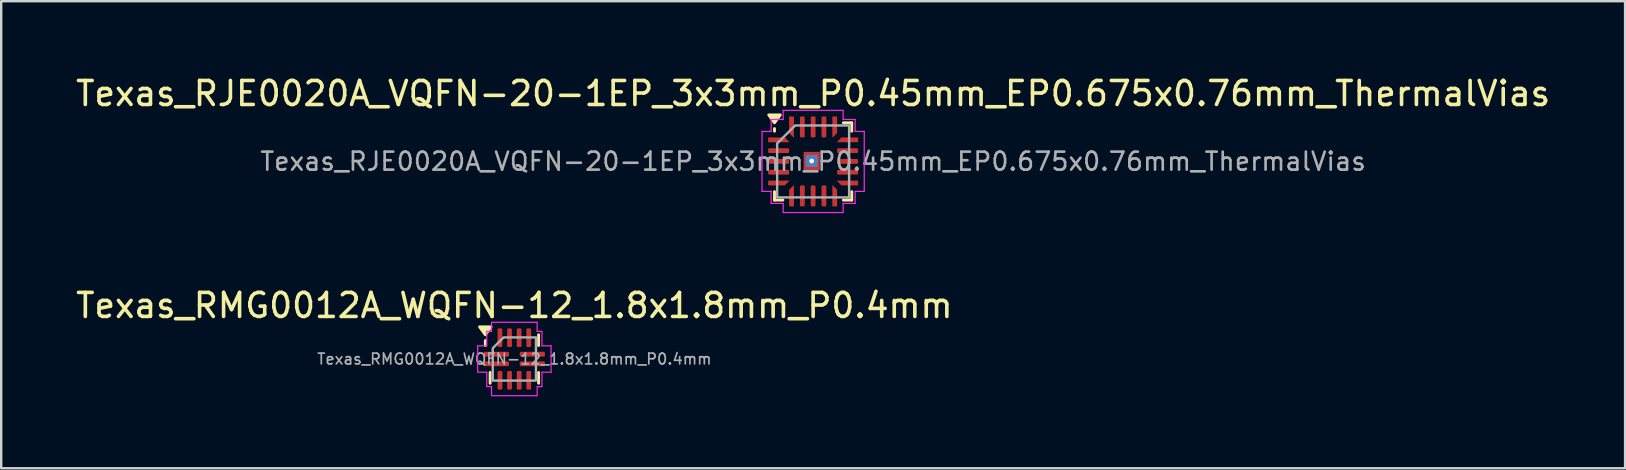
<source format=kicad_pcb>
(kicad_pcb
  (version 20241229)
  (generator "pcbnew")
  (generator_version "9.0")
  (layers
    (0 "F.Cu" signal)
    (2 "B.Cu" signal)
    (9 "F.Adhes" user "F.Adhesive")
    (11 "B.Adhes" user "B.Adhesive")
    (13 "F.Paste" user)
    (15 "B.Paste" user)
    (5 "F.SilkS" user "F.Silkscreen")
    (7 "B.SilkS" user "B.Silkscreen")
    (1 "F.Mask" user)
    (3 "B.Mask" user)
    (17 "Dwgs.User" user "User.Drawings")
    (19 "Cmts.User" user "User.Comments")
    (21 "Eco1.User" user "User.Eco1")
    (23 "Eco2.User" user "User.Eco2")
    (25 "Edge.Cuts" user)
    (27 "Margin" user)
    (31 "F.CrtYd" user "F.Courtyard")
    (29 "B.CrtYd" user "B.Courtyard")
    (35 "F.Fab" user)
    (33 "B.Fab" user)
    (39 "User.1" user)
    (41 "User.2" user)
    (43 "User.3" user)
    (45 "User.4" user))
  (footprint "Texas_RMG0012A_WQFN-12_1.8x1.8mm_P0.4mm"
    (layer "F.Cu")
    (at 18.387 11.912)
    (property "Reference" "Texas_RMG0012A_WQFN-12_1.8x1.8mm_P0.4mm" (at 0 -2.23 0) (layer "F.SilkS") (effects (font (size 1 1) (thickness 0.15))))
    (attr smd)
    (fp_line (start -1.21 -0.56) (end -1.21 -0.77) (stroke (width 0.12) (type solid)) (layer "F.SilkS"))
    (fp_line (start -1.01 1.01) (end -1.01 0.56) (stroke (width 0.12) (type solid)) (layer "F.SilkS"))
    (fp_line (start 1.01 -1.01) (end 1.01 -0.56) (stroke (width 0.12) (type solid)) (layer "F.SilkS"))
    (fp_line (start 1.01 1.01) (end 1.01 0.56) (stroke (width 0.12) (type solid)) (layer "F.SilkS"))
    (fp_poly (pts (xy -1.21 -1.01) (xy -1.45 -1.34) (xy -0.97 -1.34)) (stroke (width 0.12) (type solid)) (fill yes) (layer "F.SilkS"))
    (fp_line (start -1.53 -0.55) (end -1.15 -0.55) (stroke (width 0.05) (type solid)) (layer "F.CrtYd"))
    (fp_line (start -1.53 0.55) (end -1.53 -0.55) (stroke (width 0.05) (type solid)) (layer "F.CrtYd"))
    (fp_line (start -1.15 -1.15) (end -0.95 -1.15) (stroke (width 0.05) (type solid)) (layer "F.CrtYd"))
    (fp_line (start -1.15 -0.55) (end -1.15 -1.15) (stroke (width 0.05) (type solid)) (layer "F.CrtYd"))
    (fp_line (start -1.15 0.55) (end -1.53 0.55) (stroke (width 0.05) (type solid)) (layer "F.CrtYd"))
    (fp_line (start -1.15 1.15) (end -1.15 0.55) (stroke (width 0.05) (type solid)) (layer "F.CrtYd"))
    (fp_line (start -0.95 -1.53) (end 0.95 -1.53) (stroke (width 0.05) (type solid)) (layer "F.CrtYd"))
    (fp_line (start -0.95 -1.15) (end -0.95 -1.53) (stroke (width 0.05) (type solid)) (layer "F.CrtYd"))
    (fp_line (start -0.95 1.15) (end -1.15 1.15) (stroke (width 0.05) (type solid)) (layer "F.CrtYd"))
    (fp_line (start -0.95 1.53) (end -0.95 1.15) (stroke (width 0.05) (type solid)) (layer "F.CrtYd"))
    (fp_line (start 0.95 -1.53) (end 0.95 -1.15) (stroke (width 0.05) (type solid)) (layer "F.CrtYd"))
    (fp_line (start 0.95 -1.15) (end 1.15 -1.15) (stroke (width 0.05) (type solid)) (layer "F.CrtYd"))
    (fp_line (start 0.95 1.15) (end 0.95 1.53) (stroke (width 0.05) (type solid)) (layer "F.CrtYd"))
    (fp_line (start 0.95 1.53) (end -0.95 1.53) (stroke (width 0.05) (type solid)) (layer "F.CrtYd"))
    (fp_line (start 1.15 -1.15) (end 1.15 -0.55) (stroke (width 0.05) (type solid)) (layer "F.CrtYd"))
    (fp_line (start 1.15 -0.55) (end 1.53 -0.55) (stroke (width 0.05) (type solid)) (layer "F.CrtYd"))
    (fp_line (start 1.15 0.55) (end 1.15 1.15) (stroke (width 0.05) (type solid)) (layer "F.CrtYd"))
    (fp_line (start 1.15 1.15) (end 0.95 1.15) (stroke (width 0.05) (type solid)) (layer "F.CrtYd"))
    (fp_line (start 1.53 -0.55) (end 1.53 0.55) (stroke (width 0.05) (type solid)) (layer "F.CrtYd"))
    (fp_line (start 1.53 0.55) (end 1.15 0.55) (stroke (width 0.05) (type solid)) (layer "F.CrtYd"))
    (fp_poly (pts (xy -0.9 -0.45) (xy -0.9 0.9) (xy 0.9 0.9) (xy 0.9 -0.9) (xy -0.45 -0.9)) (stroke (width 0.1) (type solid)) (fill no) (layer "F.Fab"))
    (fp_text user "${REFERENCE}" (at 0 0 0) (layer "F.Fab") (effects (font (size 0.45 0.45) (thickness 0.07))))
    (pad "1" smd roundrect (at -0.75 -0.2) (size 1.05 0.2) (layers "F.Cu" "F.Mask" "F.Paste") (roundrect_rratio 0.25))
    (pad "2" smd roundrect (at -0.75 0.2) (size 1.05 0.2) (layers "F.Cu" "F.Mask" "F.Paste") (roundrect_rratio 0.25))
    (pad "3" smd roundrect (at -0.6 0.887) (size 0.2 0.775) (layers "F.Cu" "F.Mask" "F.Paste") (roundrect_rratio 0.25))
    (pad "4" smd roundrect (at -0.2 0.887) (size 0.2 0.775) (layers "F.Cu" "F.Mask" "F.Paste") (roundrect_rratio 0.25))
    (pad "5" smd roundrect (at 0.2 0.887) (size 0.2 0.775) (layers "F.Cu" "F.Mask" "F.Paste") (roundrect_rratio 0.25))
    (pad "6" smd roundrect (at 0.6 0.887) (size 0.2 0.775) (layers "F.Cu" "F.Mask" "F.Paste") (roundrect_rratio 0.25))
    (pad "7" smd roundrect (at 0.75 0.2) (size 1.05 0.2) (layers "F.Cu" "F.Mask" "F.Paste") (roundrect_rratio 0.25))
    (pad "8" smd roundrect (at 0.75 -0.2) (size 1.05 0.2) (layers "F.Cu" "F.Mask" "F.Paste") (roundrect_rratio 0.25))
    (pad "9" smd roundrect (at 0.6 -0.887) (size 0.2 0.775) (layers "F.Cu" "F.Mask" "F.Paste") (roundrect_rratio 0.25))
    (pad "10" smd roundrect (at 0.2 -0.887) (size 0.2 0.775) (layers "F.Cu" "F.Mask" "F.Paste") (roundrect_rratio 0.25))
    (pad "11" smd roundrect (at -0.2 -0.887) (size 0.2 0.775) (layers "F.Cu" "F.Mask" "F.Paste") (roundrect_rratio 0.25))
    (pad "12" smd roundrect (at -0.6 -0.887) (size 0.2 0.775) (layers "F.Cu" "F.Mask" "F.Paste") (roundrect_rratio 0.25)))
  (footprint "Texas_RJE0020A_VQFN-20-1EP_3x3mm_P0.45mm_EP0.675x0.76mm_ThermalVias"
    (layer "F.Cu")
    (at 30.839 3.678)
    (property "Reference" "Texas_RJE0020A_VQFN-20-1EP_3x3mm_P0.45mm_EP0.675x0.76mm_ThermalVias" (at 0 -2.83 0) (layer "F.SilkS") (effects (font (size 1 1) (thickness 0.15))))
    (attr smd)
    (fp_line (start -1.61 -1.26) (end -1.61 -1.37) (stroke (width 0.12) (type solid)) (layer "F.SilkS"))
    (fp_line (start -1.61 1.61) (end -1.61 1.26) (stroke (width 0.12) (type solid)) (layer "F.SilkS"))
    (fp_line (start -1.26 1.61) (end -1.61 1.61) (stroke (width 0.12) (type solid)) (layer "F.SilkS"))
    (fp_line (start 1.26 -1.61) (end 1.61 -1.61) (stroke (width 0.12) (type solid)) (layer "F.SilkS"))
    (fp_line (start 1.26 1.61) (end 1.61 1.61) (stroke (width 0.12) (type solid)) (layer "F.SilkS"))
    (fp_line (start 1.61 -1.61) (end 1.61 -1.26) (stroke (width 0.12) (type solid)) (layer "F.SilkS"))
    (fp_line (start 1.61 1.61) (end 1.61 1.26) (stroke (width 0.12) (type solid)) (layer "F.SilkS"))
    (fp_poly (pts (xy -1.61 -1.61) (xy -1.85 -1.94) (xy -1.37 -1.94)) (stroke (width 0.12) (type solid)) (fill yes) (layer "F.SilkS"))
    (fp_line (start -2.13 -1.25) (end -1.75 -1.25) (stroke (width 0.05) (type solid)) (layer "F.CrtYd"))
    (fp_line (start -2.13 1.25) (end -2.13 -1.25) (stroke (width 0.05) (type solid)) (layer "F.CrtYd"))
    (fp_line (start -1.75 -1.75) (end -1.25 -1.75) (stroke (width 0.05) (type solid)) (layer "F.CrtYd"))
    (fp_line (start -1.75 -1.25) (end -1.75 -1.75) (stroke (width 0.05) (type solid)) (layer "F.CrtYd"))
    (fp_line (start -1.75 1.25) (end -2.13 1.25) (stroke (width 0.05) (type solid)) (layer "F.CrtYd"))
    (fp_line (start -1.75 1.75) (end -1.75 1.25) (stroke (width 0.05) (type solid)) (layer "F.CrtYd"))
    (fp_line (start -1.25 -2.13) (end 1.25 -2.13) (stroke (width 0.05) (type solid)) (layer "F.CrtYd"))
    (fp_line (start -1.25 -1.75) (end -1.25 -2.13) (stroke (width 0.05) (type solid)) (layer "F.CrtYd"))
    (fp_line (start -1.25 1.75) (end -1.75 1.75) (stroke (width 0.05) (type solid)) (layer "F.CrtYd"))
    (fp_line (start -1.25 2.13) (end -1.25 1.75) (stroke (width 0.05) (type solid)) (layer "F.CrtYd"))
    (fp_line (start 1.25 -2.13) (end 1.25 -1.75) (stroke (width 0.05) (type solid)) (layer "F.CrtYd"))
    (fp_line (start 1.25 -1.75) (end 1.75 -1.75) (stroke (width 0.05) (type solid)) (layer "F.CrtYd"))
    (fp_line (start 1.25 1.75) (end 1.25 2.13) (stroke (width 0.05) (type solid)) (layer "F.CrtYd"))
    (fp_line (start 1.25 2.13) (end -1.25 2.13) (stroke (width 0.05) (type solid)) (layer "F.CrtYd"))
    (fp_line (start 1.75 -1.75) (end 1.75 -1.25) (stroke (width 0.05) (type solid)) (layer "F.CrtYd"))
    (fp_line (start 1.75 -1.25) (end 2.13 -1.25) (stroke (width 0.05) (type solid)) (layer "F.CrtYd"))
    (fp_line (start 1.75 1.25) (end 1.75 1.75) (stroke (width 0.05) (type solid)) (layer "F.CrtYd"))
    (fp_line (start 1.75 1.75) (end 1.25 1.75) (stroke (width 0.05) (type solid)) (layer "F.CrtYd"))
    (fp_line (start 2.13 -1.25) (end 2.13 1.25) (stroke (width 0.05) (type solid)) (layer "F.CrtYd"))
    (fp_line (start 2.13 1.25) (end 1.75 1.25) (stroke (width 0.05) (type solid)) (layer "F.CrtYd"))
    (fp_poly (pts (xy -1.5 -0.75) (xy -1.5 1.5) (xy 1.5 1.5) (xy 1.5 -1.5) (xy -0.75 -1.5)) (stroke (width 0.1) (type solid)) (fill no) (layer "F.Fab"))
    (fp_text user "${REFERENCE}" (at 0 0 0) (layer "F.Fab") (effects (font (size 0.75 0.75) (thickness 0.11))))
    (pad "" smd roundrect (at -0.06 -0.018) (size 0.64 0.72) (layers "F.Paste") (roundrect_rratio 0.25))
    (pad "1" smd custom (at -1.438 -0.9) (size 0.073 0.073) (layers "F.Cu" "F.Mask" "F.Paste") (options (anchor circle)) (primitives (gr_poly (pts (xy -0.427 -0.09) (xy 0.253 -0.09) (xy 0.427 0.084) (xy 0.427 0.09) (xy -0.427 0.09)) (width 0.02) (fill yes))))
    (pad "2" smd roundrect (at -1.438 -0.45) (size 0.875 0.2) (layers "F.Cu" "F.Mask" "F.Paste") (roundrect_rratio 0.25))
    (pad "3" smd roundrect (at -1.438 0) (size 0.875 0.2) (layers "F.Cu" "F.Mask" "F.Paste") (roundrect_rratio 0.25))
    (pad "4" smd roundrect (at -1.438 0.45) (size 0.875 0.2) (layers "F.Cu" "F.Mask" "F.Paste") (roundrect_rratio 0.25))
    (pad "5" smd custom (at -1.438 0.9) (size 0.073 0.073) (layers "F.Cu" "F.Mask" "F.Paste") (options (anchor circle)) (primitives (gr_poly (pts (xy -0.427 -0.09) (xy 0.427 -0.09) (xy 0.427 -0.084) (xy 0.253 0.09) (xy -0.427 0.09)) (width 0.02) (fill yes))))
    (pad "6" smd custom (at -0.9 1.438) (size 0.073 0.073) (layers "F.Cu" "F.Mask" "F.Paste") (options (anchor circle)) (primitives (gr_poly (pts (xy -0.09 -0.253) (xy 0.084 -0.427) (xy 0.09 -0.427) (xy 0.09 0.427) (xy -0.09 0.427)) (width 0.02) (fill yes))))
    (pad "7" smd roundrect (at -0.45 1.438) (size 0.2 0.875) (layers "F.Cu" "F.Mask" "F.Paste") (roundrect_rratio 0.25))
    (pad "8" smd roundrect (at 0 1.438) (size 0.2 0.875) (layers "F.Cu" "F.Mask" "F.Paste") (roundrect_rratio 0.25))
    (pad "9" smd roundrect (at 0.45 1.438) (size 0.2 0.875) (layers "F.Cu" "F.Mask" "F.Paste") (roundrect_rratio 0.25))
    (pad "10" smd custom (at 0.9 1.438) (size 0.073 0.073) (layers "F.Cu" "F.Mask" "F.Paste") (options (anchor circle)) (primitives (gr_poly (pts (xy -0.09 -0.427) (xy -0.084 -0.427) (xy 0.09 -0.253) (xy 0.09 0.427) (xy -0.09 0.427)) (width 0.02) (fill yes))))
    (pad "11" smd custom (at 1.438 0.9) (size 0.073 0.073) (layers "F.Cu" "F.Mask" "F.Paste") (options (anchor circle)) (primitives (gr_poly (pts (xy -0.427 -0.09) (xy 0.427 -0.09) (xy 0.427 0.09) (xy -0.253 0.09) (xy -0.427 -0.084)) (width 0.02) (fill yes))))
    (pad "12" smd roundrect (at 1.438 0.45) (size 0.875 0.2) (layers "F.Cu" "F.Mask" "F.Paste") (roundrect_rratio 0.25))
    (pad "13" smd roundrect (at 1.438 0) (size 0.875 0.2) (layers "F.Cu" "F.Mask" "F.Paste") (roundrect_rratio 0.25))
    (pad "14" smd roundrect (at 1.438 -0.45) (size 0.875 0.2) (layers "F.Cu" "F.Mask" "F.Paste") (roundrect_rratio 0.25))
    (pad "15" smd custom (at 1.438 -0.9) (size 0.073 0.073) (layers "F.Cu" "F.Mask" "F.Paste") (options (anchor circle)) (primitives (gr_poly (pts (xy -0.427 0.084) (xy -0.253 -0.09) (xy 0.427 -0.09) (xy 0.427 0.09) (xy -0.427 0.09)) (width 0.02) (fill yes))))
    (pad "16" smd custom (at 0.9 -1.438) (size 0.073 0.073) (layers "F.Cu" "F.Mask" "F.Paste") (options (anchor circle)) (primitives (gr_poly (pts (xy -0.09 -0.427) (xy 0.09 -0.427) (xy 0.09 0.253) (xy -0.084 0.427) (xy -0.09 0.427)) (width 0.02) (fill yes))))
    (pad "17" smd roundrect (at 0.45 -1.438) (size 0.2 0.875) (layers "F.Cu" "F.Mask" "F.Paste") (roundrect_rratio 0.25))
    (pad "18" smd roundrect (at 0 -1.438) (size 0.2 0.875) (layers "F.Cu" "F.Mask" "F.Paste") (roundrect_rratio 0.25))
    (pad "19" smd roundrect (at -0.45 -1.438) (size 0.2 0.875) (layers "F.Cu" "F.Mask" "F.Paste") (roundrect_rratio 0.25))
    (pad "20" smd custom (at -0.9 -1.438) (size 0.073 0.073) (layers "F.Cu" "F.Mask" "F.Paste") (options (anchor circle)) (primitives (gr_poly (pts (xy -0.09 -0.427) (xy 0.09 -0.427) (xy 0.09 0.427) (xy 0.084 0.427) (xy -0.09 0.253)) (width 0.02) (fill yes))))
    (pad "21" thru_hole circle (at -0.06 -0.018) (size 0.5 0.5) (drill 0.2) (property pad_prop_heatsink) (layers "*.Cu"))
    (pad "21" smd rect (at -0.06 -0.018) (size 0.5 0.5) (property pad_prop_heatsink) (layers "B.Cu"))
    (pad "21" smd rect (at -0.06 -0.018) (size 0.675 0.76) (property pad_prop_heatsink) (layers "F.Cu" "F.Mask")))
  (gr_rect
    (start -3 -3)
    (end 64.679 16.466)
    (stroke (width 0.1) (type default))
    (fill no)
    (layer "Edge.Cuts")))
</source>
